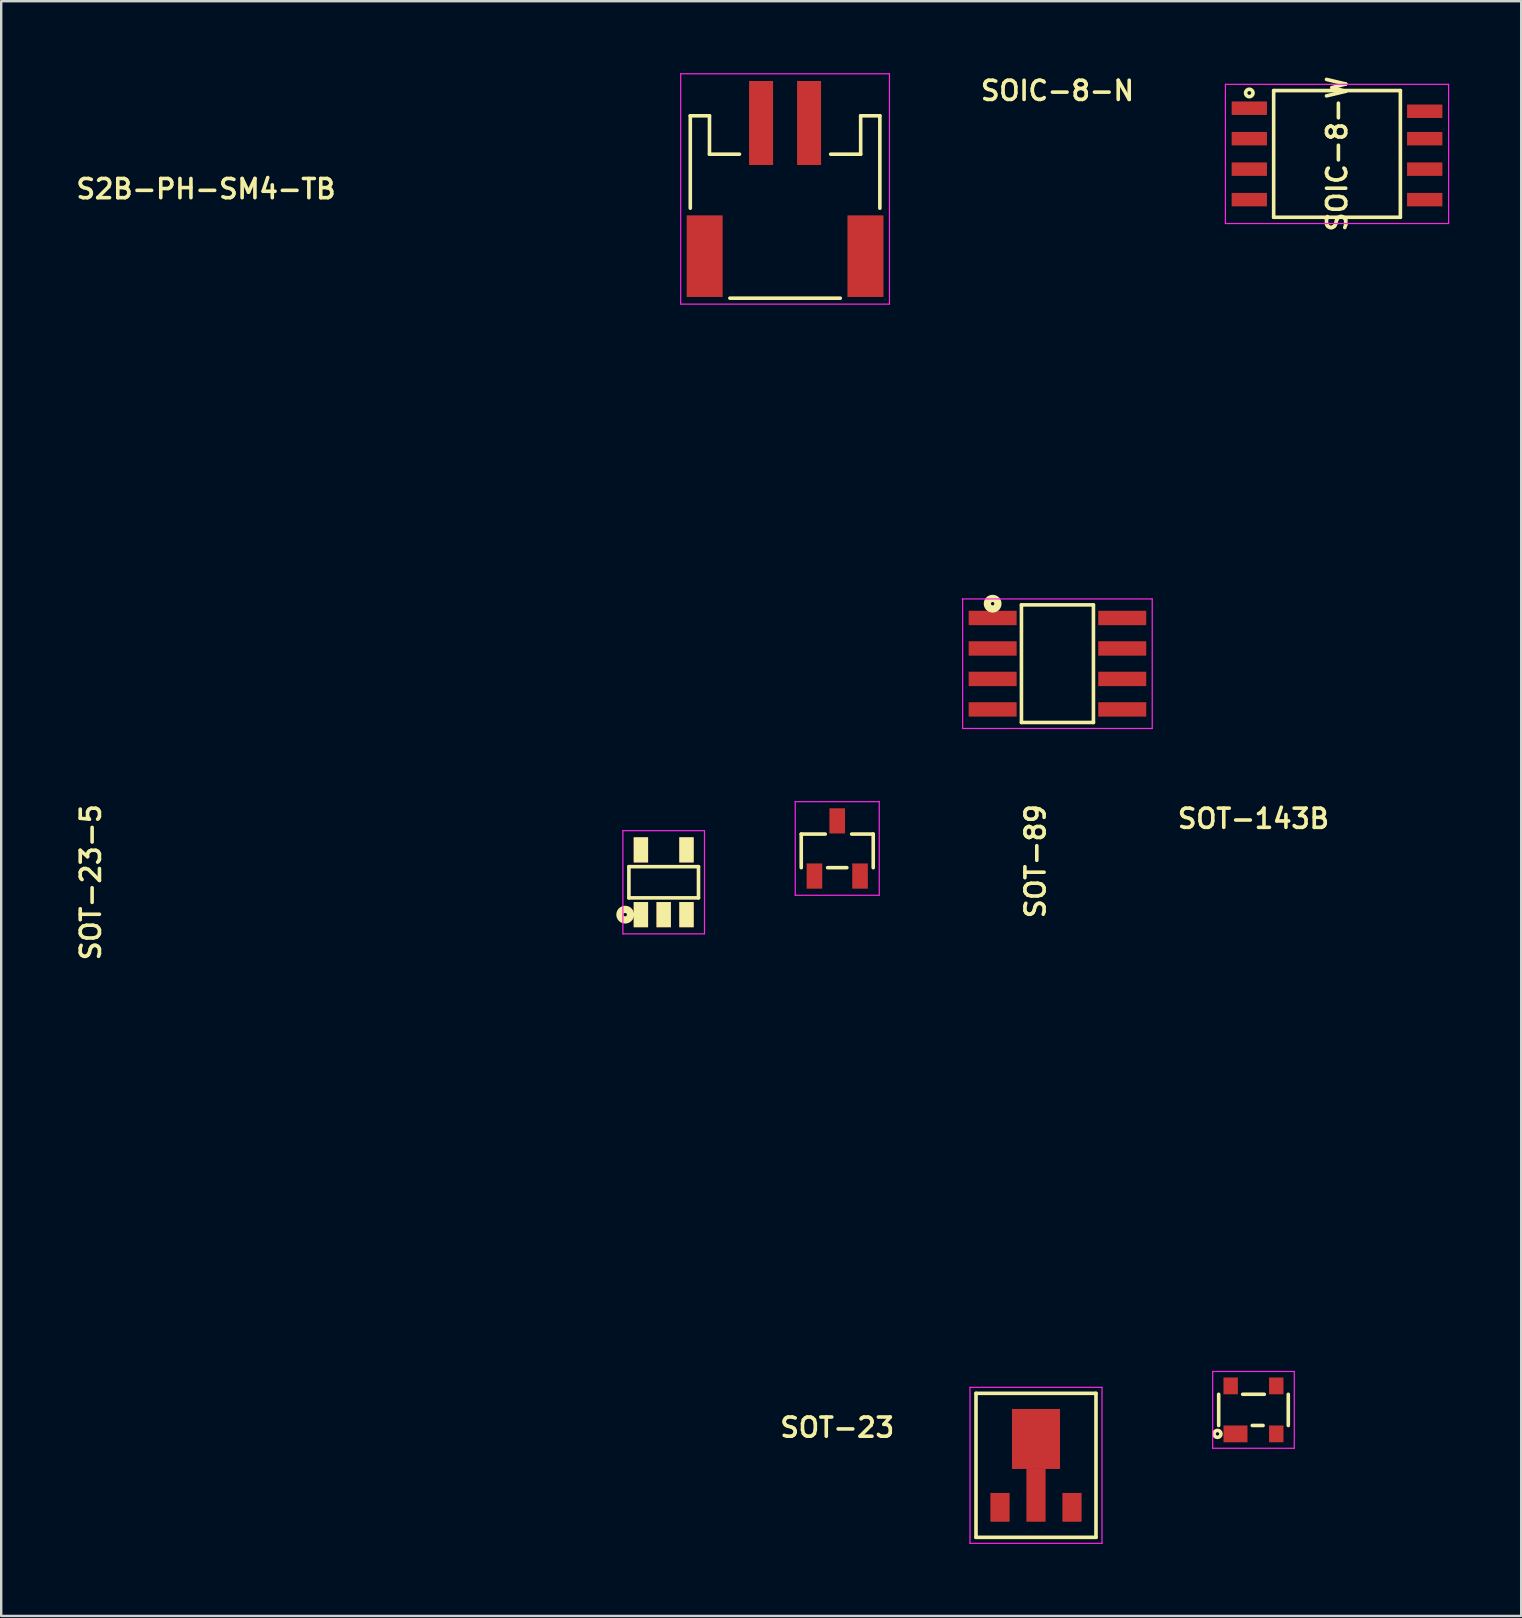
<source format=kicad_pcb>
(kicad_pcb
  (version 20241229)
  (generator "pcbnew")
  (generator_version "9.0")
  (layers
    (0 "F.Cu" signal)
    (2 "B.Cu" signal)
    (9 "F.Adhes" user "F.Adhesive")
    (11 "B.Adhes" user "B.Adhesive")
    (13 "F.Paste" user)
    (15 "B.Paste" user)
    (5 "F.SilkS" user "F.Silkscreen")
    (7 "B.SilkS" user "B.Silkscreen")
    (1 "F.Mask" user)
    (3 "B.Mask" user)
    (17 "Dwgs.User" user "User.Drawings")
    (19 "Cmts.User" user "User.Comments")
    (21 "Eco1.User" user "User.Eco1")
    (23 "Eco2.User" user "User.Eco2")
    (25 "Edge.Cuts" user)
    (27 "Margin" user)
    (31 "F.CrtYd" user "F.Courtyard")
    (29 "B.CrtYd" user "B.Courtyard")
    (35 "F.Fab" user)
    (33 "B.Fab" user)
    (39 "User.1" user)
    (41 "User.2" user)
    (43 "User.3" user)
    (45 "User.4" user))
  (footprint "SOT-23"
    (layer "F.Cu")
    (at 31.839 32.307)
    (property "Reference" "SOT-23" (at 0 24.13 0) (layer "F.SilkS") (effects (font (size 0.8 0.8) (thickness 0.15))))
    (attr smd)
    (fp_line (start -1.5 -0.6) (end -0.5 -0.6) (stroke (width 0.15) (type solid)) (layer "F.SilkS"))
    (fp_line (start -1.5 0.8) (end -1.5 -0.6) (stroke (width 0.15) (type solid)) (layer "F.SilkS"))
    (fp_line (start -0.4 0.8) (end 0.4 0.8) (stroke (width 0.15) (type solid)) (layer "F.SilkS"))
    (fp_line (start 0.6 -0.6) (end 1.5 -0.6) (stroke (width 0.15) (type solid)) (layer "F.SilkS"))
    (fp_line (start 1.5 0.8) (end 1.5 -0.6) (stroke (width 0.15) (type solid)) (layer "F.SilkS"))
    (fp_line (start -1.75 -1.95) (end -1.75 1.95) (stroke (width 0.05) (type solid)) (layer "F.CrtYd"))
    (fp_line (start -1.75 1.95) (end 1.75 1.95) (stroke (width 0.05) (type solid)) (layer "F.CrtYd"))
    (fp_line (start 1.75 -1.95) (end -1.75 -1.95) (stroke (width 0.05) (type solid)) (layer "F.CrtYd"))
    (fp_line (start 1.75 1.95) (end 1.75 -1.95) (stroke (width 0.05) (type solid)) (layer "F.CrtYd"))
    (pad "1" smd rect (at -0.95 1.15) (size 0.65 1.05) (layers "F.Cu" "F.Mask" "F.Paste"))
    (pad "2" smd rect (at 0.95 1.15) (size 0.65 1.05) (layers "F.Cu" "F.Mask" "F.Paste"))
    (pad "3" smd rect (at 0 -1.15) (size 0.65 1.05) (layers "F.Cu" "F.Mask" "F.Paste")))
  (footprint "SOT-89"
    (layer "F.Cu")
    (at 40.121 58.013)
    (property "Reference" "SOT-89" (at -0.024 -25.174 90) (layer "F.SilkS") (effects (font (size 0.8 0.8) (thickness 0.15))))
    (attr smd)
    (fp_line (start -2.5 -3) (end -2.5 3) (stroke (width 0.15) (type solid)) (layer "F.SilkS"))
    (fp_line (start -2.5 -3) (end 2.5 -3) (stroke (width 0.15) (type solid)) (layer "F.SilkS"))
    (fp_line (start 2.5 -3) (end 2.5 3) (stroke (width 0.15) (type solid)) (layer "F.SilkS"))
    (fp_line (start 2.5 3) (end -2.5 3) (stroke (width 0.15) (type solid)) (layer "F.SilkS"))
    (fp_line (start -2.75 -3.25) (end -2.75 3.25) (stroke (width 0.05) (type solid)) (layer "F.CrtYd"))
    (fp_line (start -2.75 3.25) (end 2.75 3.25) (stroke (width 0.05) (type solid)) (layer "F.CrtYd"))
    (fp_line (start 2.75 -3.25) (end -2.75 -3.25) (stroke (width 0.05) (type solid)) (layer "F.CrtYd"))
    (fp_line (start 2.75 3.25) (end 2.75 -3.25) (stroke (width 0.05) (type solid)) (layer "F.CrtYd"))
    (pad "1" smd rect (at -1.5 1.75) (size 0.8 1.2) (layers "F.Cu" "F.Mask" "F.Paste"))
    (pad "2" smd rect (at 0 0) (size 2 2.5) (drill (offset 0 -1.1)) (layers "F.Cu" "F.Mask" "F.Paste"))
    (pad "2" smd rect (at 0 1.1) (size 0.8 2.2) (drill (offset 0 0.15)) (layers "F.Cu" "F.Mask" "F.Paste"))
    (pad "3" smd rect (at 1.5 1.75) (size 0.8 1.2) (layers "F.Cu" "F.Mask" "F.Paste")))
  (footprint "S2B-PH-SM4-TB"
    (layer "F.Cu")
    (at 29.665 4.825)
    (property "Reference" "S2B-PH-SM4-TB" (at -24.13 0 0) (layer "F.SilkS") (effects (font (size 0.8 0.8) (thickness 0.15))))
    (attr through_hole)
    (fp_line (start -3.95 -3.05) (end -3.95 0.8) (stroke (width 0.15) (type solid)) (layer "F.SilkS"))
    (fp_line (start -3.15 -3.05) (end -3.95 -3.05) (stroke (width 0.15) (type solid)) (layer "F.SilkS"))
    (fp_line (start -3.15 -1.45) (end -3.15 -3.05) (stroke (width 0.15) (type solid)) (layer "F.SilkS"))
    (fp_line (start -3.15 -1.45) (end -1.9 -1.45) (stroke (width 0.15) (type solid)) (layer "F.SilkS"))
    (fp_line (start -2.3 4.55) (end 2.3 4.55) (stroke (width 0.15) (type solid)) (layer "F.SilkS"))
    (fp_line (start 3.15 -3.05) (end 3.95 -3.05) (stroke (width 0.15) (type solid)) (layer "F.SilkS"))
    (fp_line (start 3.15 -1.45) (end 1.9 -1.45) (stroke (width 0.15) (type solid)) (layer "F.SilkS"))
    (fp_line (start 3.15 -1.45) (end 3.15 -3.05) (stroke (width 0.15) (type solid)) (layer "F.SilkS"))
    (fp_line (start 3.95 -3.05) (end 3.95 0.8) (stroke (width 0.15) (type solid)) (layer "F.SilkS"))
    (fp_line (start -4.35 -4.8) (end 4.35 -4.8) (stroke (width 0.05) (type solid)) (layer "F.CrtYd"))
    (fp_line (start -4.35 4.8) (end -4.35 -4.8) (stroke (width 0.05) (type solid)) (layer "F.CrtYd"))
    (fp_line (start -4.35 4.8) (end 4.35 4.8) (stroke (width 0.05) (type solid)) (layer "F.CrtYd"))
    (fp_line (start 4.35 -4.8) (end 4.35 4.8) (stroke (width 0.05) (type solid)) (layer "F.CrtYd"))
    (pad "1" smd rect (at -1 -2.75) (size 1 3.5) (layers "F.Cu" "F.Mask" "F.Paste"))
    (pad "2" smd rect (at 1 -2.75) (size 1 3.5) (layers "F.Cu" "F.Mask" "F.Paste"))
    (pad "3" smd rect (at -3.35 2.8) (size 1.5 3.4) (layers "F.Cu" "F.Mask" "F.Paste"))
    (pad "4" smd rect (at 3.35 2.8) (size 1.5 3.4) (layers "F.Cu" "F.Mask" "F.Paste")))
  (footprint "SOIC-8-N"
    (layer "F.Cu")
    (at 41.015 24.607)
    (property "Reference" "SOIC-8-N" (at 0 -23.876 0) (layer "F.SilkS") (effects (font (size 0.8 0.8) (thickness 0.15))))
    (attr smd)
    (fp_line (start -1.5 -2.45) (end -1.5 2.45) (stroke (width 0.15) (type solid)) (layer "F.SilkS"))
    (fp_line (start -1.5 2.45) (end 1.5 2.45) (stroke (width 0.15) (type solid)) (layer "F.SilkS"))
    (fp_line (start 1.5 -2.45) (end -1.5 -2.45) (stroke (width 0.15) (type solid)) (layer "F.SilkS"))
    (fp_line (start 1.5 2.45) (end 1.5 -2.45) (stroke (width 0.15) (type solid)) (layer "F.SilkS"))
    (fp_circle (center -2.7 -2.5) (end -2.75 -2.55) (stroke (width 0.3) (type solid)) (fill no) (layer "F.SilkS"))
    (fp_line (start -3.95 -2.7) (end 3.95 -2.7) (stroke (width 0.05) (type solid)) (layer "F.CrtYd"))
    (fp_line (start -3.95 2.7) (end -3.95 -2.7) (stroke (width 0.05) (type solid)) (layer "F.CrtYd"))
    (fp_line (start 3.95 -2.7) (end 3.95 2.7) (stroke (width 0.05) (type solid)) (layer "F.CrtYd"))
    (fp_line (start 3.95 2.7) (end -3.95 2.7) (stroke (width 0.05) (type solid)) (layer "F.CrtYd"))
    (pad "1" smd rect (at -2.7 -1.905) (size 2 0.6) (layers "F.Cu" "F.Mask" "F.Paste"))
    (pad "2" smd rect (at -2.7 -0.635) (size 2 0.6) (layers "F.Cu" "F.Mask" "F.Paste"))
    (pad "3" smd rect (at -2.7 0.635) (size 2 0.6) (layers "F.Cu" "F.Mask" "F.Paste"))
    (pad "4" smd rect (at -2.7 1.905) (size 2 0.6) (layers "F.Cu" "F.Mask" "F.Paste"))
    (pad "5" smd rect (at 2.7 1.905) (size 2 0.6) (layers "F.Cu" "F.Mask" "F.Paste"))
    (pad "6" smd rect (at 2.7 0.635) (size 2 0.6) (layers "F.Cu" "F.Mask" "F.Paste"))
    (pad "7" smd rect (at 2.7 -0.635) (size 2 0.6) (layers "F.Cu" "F.Mask" "F.Paste"))
    (pad "8" smd rect (at 2.7 -1.905) (size 2 0.6) (layers "F.Cu" "F.Mask" "F.Paste")))
  (footprint "SOIC-8-W"
    (layer "F.Cu")
    (at 52.665 3.364)
    (property "Reference" "SOIC-8-W" (at 0 0 90) (layer "F.SilkS") (effects (font (size 0.8 0.8) (thickness 0.15))))
    (attr through_hole)
    (fp_line (start -2.64 -2.64) (end -2.64 2.64) (stroke (width 0.15) (type solid)) (layer "F.SilkS"))
    (fp_line (start -2.64 2.64) (end 2.64 2.64) (stroke (width 0.15) (type solid)) (layer "F.SilkS"))
    (fp_line (start 2.64 -2.64) (end -2.64 -2.64) (stroke (width 0.15) (type solid)) (layer "F.SilkS"))
    (fp_line (start 2.64 2.64) (end 2.64 -2.64) (stroke (width 0.15) (type solid)) (layer "F.SilkS"))
    (fp_circle (center -3.655 -2.54) (end -3.81 -2.54) (stroke (width 0.15) (type solid)) (fill no) (layer "F.SilkS"))
    (fp_line (start -4.65 -2.9) (end -4.65 2.9) (stroke (width 0.05) (type solid)) (layer "F.CrtYd"))
    (fp_line (start -4.65 -2.9) (end 4.65 -2.9) (stroke (width 0.05) (type solid)) (layer "F.CrtYd"))
    (fp_line (start 4.65 -2.9) (end 4.65 2.9) (stroke (width 0.05) (type solid)) (layer "F.CrtYd"))
    (fp_line (start 4.65 2.9) (end -4.65 2.9) (stroke (width 0.05) (type solid)) (layer "F.CrtYd"))
    (pad "1" smd rect (at -3.655 -1.905) (size 1.471 0.561) (layers "F.Cu" "F.Mask" "F.Paste"))
    (pad "2" smd rect (at -3.655 -0.635) (size 1.471 0.561) (layers "F.Cu" "F.Mask" "F.Paste"))
    (pad "3" smd rect (at -3.655 0.635) (size 1.471 0.561) (layers "F.Cu" "F.Mask" "F.Paste"))
    (pad "4" smd rect (at -3.655 1.905) (size 1.471 0.561) (layers "F.Cu" "F.Mask" "F.Paste"))
    (pad "5" smd rect (at 3.655 1.905) (size 1.471 0.561) (layers "F.Cu" "F.Mask" "F.Paste"))
    (pad "6" smd rect (at 3.655 0.635) (size 1.471 0.561) (layers "F.Cu" "F.Mask" "F.Paste"))
    (pad "7" smd rect (at 3.655 -0.635) (size 1.471 0.561) (layers "F.Cu" "F.Mask" "F.Paste"))
    (pad "8" smd rect (at 3.655 -1.778) (size 1.471 0.561) (layers "F.Cu" "F.Mask" "F.Paste")))
  (footprint "SOT-23-5"
    (layer "F.Cu")
    (at 24.607 33.715)
    (property "Reference" "SOT-23-5" (at -23.876 0 90) (layer "F.SilkS") (effects (font (size 0.8 0.8) (thickness 0.15))))
    (attr through_hole)
    (fp_line (start -1.45 -0.65) (end 1.45 -0.65) (stroke (width 0.15) (type solid)) (layer "F.SilkS"))
    (fp_line (start -1.45 0.65) (end -1.45 -0.65) (stroke (width 0.15) (type solid)) (layer "F.SilkS"))
    (fp_line (start 1.45 -0.65) (end 1.45 0.65) (stroke (width 0.15) (type solid)) (layer "F.SilkS"))
    (fp_line (start 1.45 0.65) (end -1.45 0.65) (stroke (width 0.15) (type solid)) (layer "F.SilkS"))
    (fp_circle (center -1.604 1.35) (end -1.654 1.4) (stroke (width 0.3) (type solid)) (fill no) (layer "F.SilkS"))
    (fp_line (start -1.7 -2.15) (end -1.7 2.15) (stroke (width 0.05) (type solid)) (layer "F.CrtYd"))
    (fp_line (start -1.7 2.15) (end 1.7 2.15) (stroke (width 0.05) (type solid)) (layer "F.CrtYd"))
    (fp_line (start 1.7 -2.15) (end -1.7 -2.15) (stroke (width 0.05) (type solid)) (layer "F.CrtYd"))
    (fp_line (start 1.7 2.15) (end 1.7 -2.15) (stroke (width 0.05) (type solid)) (layer "F.CrtYd"))
    (pad "1" smd rect (at -0.95 1.35) (size 0.6 1.05) (layers "F.Cu" "F.Mask" "F.SilkS" "F.Paste"))
    (pad "2" smd rect (at 0 1.35) (size 0.6 1.05) (layers "F.Cu" "F.Mask" "F.SilkS" "F.Paste"))
    (pad "3" smd rect (at 0.95 1.35) (size 0.6 1.05) (layers "F.Cu" "F.Mask" "F.SilkS" "F.Paste"))
    (pad "4" smd rect (at 0.95 -1.35) (size 0.6 1.05) (layers "F.Cu" "F.Mask" "F.SilkS" "F.Paste"))
    (pad "5" smd rect (at -0.95 -1.35) (size 0.6 1.05) (layers "F.Cu" "F.Mask" "F.SilkS" "F.Paste")))
  (footprint "SOT-143B"
    (layer "F.Cu")
    (at 49.184 55.702)
    (property "Reference" "SOT-143B" (at 0 -24.638 0) (layer "F.SilkS") (effects (font (size 0.8 0.8) (thickness 0.15))))
    (attr through_hole)
    (fp_line (start -1.45 -0.65) (end -1.45 0.65) (stroke (width 0.15) (type solid)) (layer "F.SilkS"))
    (fp_line (start -0.45 -0.65) (end 0.45 -0.65) (stroke (width 0.15) (type solid)) (layer "F.SilkS"))
    (fp_line (start -0.05 0.65) (end 0.4 0.65) (stroke (width 0.15) (type solid)) (layer "F.SilkS"))
    (fp_line (start 1.45 -0.65) (end 1.45 0.65) (stroke (width 0.15) (type solid)) (layer "F.SilkS"))
    (fp_circle (center -1.5 1) (end -1.55 1.05) (stroke (width 0.15) (type solid)) (fill no) (layer "F.SilkS"))
    (fp_line (start -1.7 -1.6) (end -1.7 1.6) (stroke (width 0.05) (type solid)) (layer "F.CrtYd"))
    (fp_line (start -1.7 1.6) (end 1.7 1.6) (stroke (width 0.05) (type solid)) (layer "F.CrtYd"))
    (fp_line (start 1.7 -1.6) (end -1.7 -1.6) (stroke (width 0.05) (type solid)) (layer "F.CrtYd"))
    (fp_line (start 1.7 1.6) (end 1.7 -1.6) (stroke (width 0.05) (type solid)) (layer "F.CrtYd"))
    (pad "1" smd rect (at -0.75 1) (size 1 0.7) (layers "F.Cu" "F.Mask" "F.Paste"))
    (pad "2" smd rect (at 0.95 1) (size 0.6 0.7) (layers "F.Cu" "F.Mask" "F.Paste"))
    (pad "3" smd rect (at 0.95 -1) (size 0.6 0.7) (layers "F.Cu" "F.Mask" "F.Paste"))
    (pad "4" smd rect (at -0.95 -1) (size 0.6 0.7) (layers "F.Cu" "F.Mask" "F.Paste")))
  (gr_rect
    (start -3 -3)
    (end 60.34 64.288)
    (stroke (width 0.1) (type default))
    (fill no)
    (layer "Edge.Cuts")))
</source>
